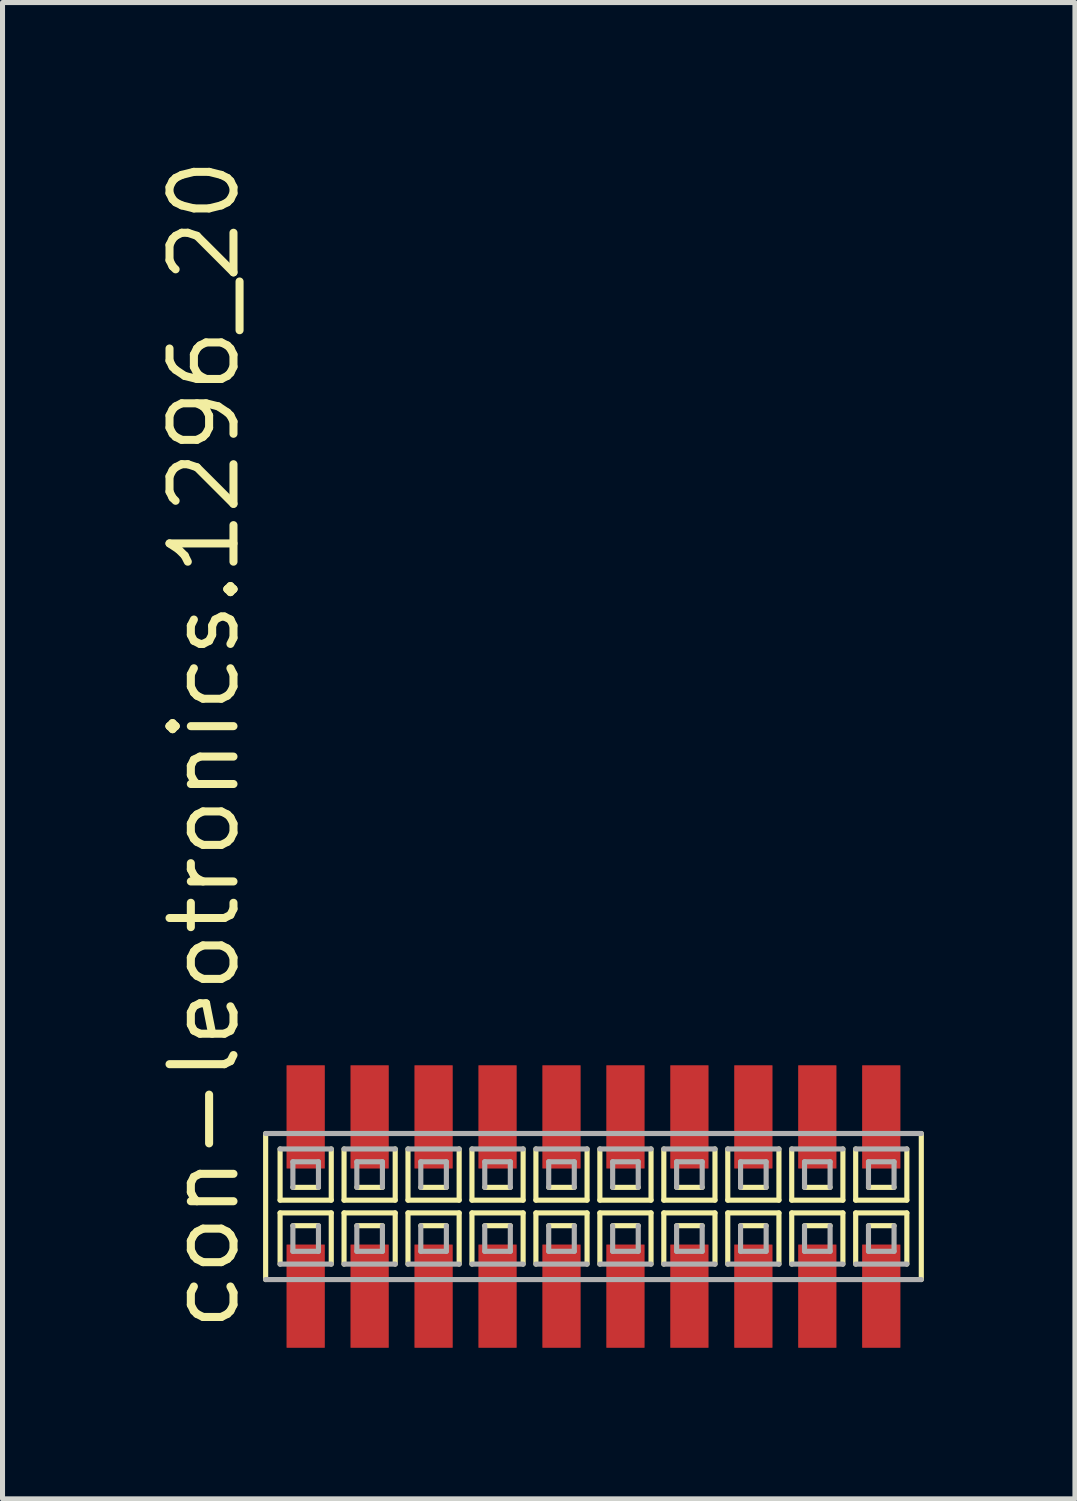
<source format=kicad_pcb>
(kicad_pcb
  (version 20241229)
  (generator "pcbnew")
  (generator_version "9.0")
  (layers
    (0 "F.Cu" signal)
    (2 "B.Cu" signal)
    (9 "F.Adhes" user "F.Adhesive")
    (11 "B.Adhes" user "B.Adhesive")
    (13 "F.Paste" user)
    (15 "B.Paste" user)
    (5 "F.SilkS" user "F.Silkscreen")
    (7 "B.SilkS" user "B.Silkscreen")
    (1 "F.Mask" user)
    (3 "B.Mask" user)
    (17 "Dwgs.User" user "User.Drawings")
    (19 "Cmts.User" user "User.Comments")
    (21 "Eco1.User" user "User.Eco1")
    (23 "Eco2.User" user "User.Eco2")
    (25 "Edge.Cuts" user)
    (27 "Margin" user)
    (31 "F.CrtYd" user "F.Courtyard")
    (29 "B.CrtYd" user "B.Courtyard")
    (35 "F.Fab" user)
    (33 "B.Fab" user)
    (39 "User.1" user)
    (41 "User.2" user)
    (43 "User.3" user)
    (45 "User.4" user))
  (footprint "con-leotronics.1296_20"
    (layer "F.Cu")
    (at 8.735 20.909)
    (property "Reference" "con-leotronics.1296_20" (at -6.985 2.54 90) (layer "F.SilkS") (effects (font (size 1.27 1.27) (thickness 0.16)) (justify left bottom)))
    (attr smd)
    (fp_line (start -6.51 -1.45) (end -6.51 1.45) (stroke (width 0.102) (type default)) (layer "F.SilkS"))
    (fp_line (start -6.223 -1.143) (end -6.223 -0.127) (stroke (width 0.102) (type default)) (layer "F.SilkS"))
    (fp_line (start -6.223 -0.127) (end -5.207 -0.127) (stroke (width 0.102) (type default)) (layer "F.SilkS"))
    (fp_line (start -6.223 0.127) (end -6.223 1.143) (stroke (width 0.102) (type default)) (layer "F.SilkS"))
    (fp_line (start -5.969 -0.381) (end -5.461 -0.381) (stroke (width 0.102) (type default)) (layer "F.SilkS"))
    (fp_line (start -5.461 0.381) (end -5.969 0.381) (stroke (width 0.102) (type default)) (layer "F.SilkS"))
    (fp_line (start -5.207 -0.127) (end -5.207 -1.143) (stroke (width 0.102) (type default)) (layer "F.SilkS"))
    (fp_line (start -5.207 0.127) (end -6.223 0.127) (stroke (width 0.102) (type default)) (layer "F.SilkS"))
    (fp_line (start -5.207 1.143) (end -5.207 0.127) (stroke (width 0.102) (type default)) (layer "F.SilkS"))
    (fp_line (start -4.953 -1.143) (end -4.953 -0.127) (stroke (width 0.102) (type default)) (layer "F.SilkS"))
    (fp_line (start -4.953 -0.127) (end -3.937 -0.127) (stroke (width 0.102) (type default)) (layer "F.SilkS"))
    (fp_line (start -4.953 0.127) (end -4.953 1.143) (stroke (width 0.102) (type default)) (layer "F.SilkS"))
    (fp_line (start -4.699 -0.381) (end -4.191 -0.381) (stroke (width 0.102) (type default)) (layer "F.SilkS"))
    (fp_line (start -4.191 0.381) (end -4.699 0.381) (stroke (width 0.102) (type default)) (layer "F.SilkS"))
    (fp_line (start -3.937 -0.127) (end -3.937 -1.143) (stroke (width 0.102) (type default)) (layer "F.SilkS"))
    (fp_line (start -3.937 0.127) (end -4.953 0.127) (stroke (width 0.102) (type default)) (layer "F.SilkS"))
    (fp_line (start -3.937 1.143) (end -3.937 0.127) (stroke (width 0.102) (type default)) (layer "F.SilkS"))
    (fp_line (start -3.683 -1.143) (end -3.683 -0.127) (stroke (width 0.102) (type default)) (layer "F.SilkS"))
    (fp_line (start -3.683 -0.127) (end -2.667 -0.127) (stroke (width 0.102) (type default)) (layer "F.SilkS"))
    (fp_line (start -3.683 0.127) (end -3.683 1.143) (stroke (width 0.102) (type default)) (layer "F.SilkS"))
    (fp_line (start -3.429 -0.381) (end -2.921 -0.381) (stroke (width 0.102) (type default)) (layer "F.SilkS"))
    (fp_line (start -2.921 0.381) (end -3.429 0.381) (stroke (width 0.102) (type default)) (layer "F.SilkS"))
    (fp_line (start -2.667 -0.127) (end -2.667 -1.143) (stroke (width 0.102) (type default)) (layer "F.SilkS"))
    (fp_line (start -2.667 0.127) (end -3.683 0.127) (stroke (width 0.102) (type default)) (layer "F.SilkS"))
    (fp_line (start -2.667 1.143) (end -2.667 0.127) (stroke (width 0.102) (type default)) (layer "F.SilkS"))
    (fp_line (start -2.413 -1.143) (end -2.413 -0.127) (stroke (width 0.102) (type default)) (layer "F.SilkS"))
    (fp_line (start -2.413 -0.127) (end -1.397 -0.127) (stroke (width 0.102) (type default)) (layer "F.SilkS"))
    (fp_line (start -2.413 0.127) (end -2.413 1.143) (stroke (width 0.102) (type default)) (layer "F.SilkS"))
    (fp_line (start -2.159 -0.381) (end -1.651 -0.381) (stroke (width 0.102) (type default)) (layer "F.SilkS"))
    (fp_line (start -1.651 0.381) (end -2.159 0.381) (stroke (width 0.102) (type default)) (layer "F.SilkS"))
    (fp_line (start -1.397 -0.127) (end -1.397 -1.143) (stroke (width 0.102) (type default)) (layer "F.SilkS"))
    (fp_line (start -1.397 0.127) (end -2.413 0.127) (stroke (width 0.102) (type default)) (layer "F.SilkS"))
    (fp_line (start -1.397 1.143) (end -1.397 0.127) (stroke (width 0.102) (type default)) (layer "F.SilkS"))
    (fp_line (start -1.143 -1.143) (end -1.143 -0.127) (stroke (width 0.102) (type default)) (layer "F.SilkS"))
    (fp_line (start -1.143 -0.127) (end -0.127 -0.127) (stroke (width 0.102) (type default)) (layer "F.SilkS"))
    (fp_line (start -1.143 0.127) (end -1.143 1.143) (stroke (width 0.102) (type default)) (layer "F.SilkS"))
    (fp_line (start -0.889 -0.381) (end -0.381 -0.381) (stroke (width 0.102) (type default)) (layer "F.SilkS"))
    (fp_line (start -0.381 0.381) (end -0.889 0.381) (stroke (width 0.102) (type default)) (layer "F.SilkS"))
    (fp_line (start -0.127 -0.127) (end -0.127 -1.143) (stroke (width 0.102) (type default)) (layer "F.SilkS"))
    (fp_line (start -0.127 0.127) (end -1.143 0.127) (stroke (width 0.102) (type default)) (layer "F.SilkS"))
    (fp_line (start -0.127 1.143) (end -0.127 0.127) (stroke (width 0.102) (type default)) (layer "F.SilkS"))
    (fp_line (start 0.127 -1.143) (end 0.127 -0.127) (stroke (width 0.102) (type default)) (layer "F.SilkS"))
    (fp_line (start 0.127 -0.127) (end 1.143 -0.127) (stroke (width 0.102) (type default)) (layer "F.SilkS"))
    (fp_line (start 0.127 0.127) (end 0.127 1.143) (stroke (width 0.102) (type default)) (layer "F.SilkS"))
    (fp_line (start 0.381 -0.381) (end 0.889 -0.381) (stroke (width 0.102) (type default)) (layer "F.SilkS"))
    (fp_line (start 0.889 0.381) (end 0.381 0.381) (stroke (width 0.102) (type default)) (layer "F.SilkS"))
    (fp_line (start 1.143 -0.127) (end 1.143 -1.143) (stroke (width 0.102) (type default)) (layer "F.SilkS"))
    (fp_line (start 1.143 0.127) (end 0.127 0.127) (stroke (width 0.102) (type default)) (layer "F.SilkS"))
    (fp_line (start 1.143 1.143) (end 1.143 0.127) (stroke (width 0.102) (type default)) (layer "F.SilkS"))
    (fp_line (start 1.397 -1.143) (end 1.397 -0.127) (stroke (width 0.102) (type default)) (layer "F.SilkS"))
    (fp_line (start 1.397 -0.127) (end 2.413 -0.127) (stroke (width 0.102) (type default)) (layer "F.SilkS"))
    (fp_line (start 1.397 0.127) (end 1.397 1.143) (stroke (width 0.102) (type default)) (layer "F.SilkS"))
    (fp_line (start 1.651 -0.381) (end 2.159 -0.381) (stroke (width 0.102) (type default)) (layer "F.SilkS"))
    (fp_line (start 2.159 0.381) (end 1.651 0.381) (stroke (width 0.102) (type default)) (layer "F.SilkS"))
    (fp_line (start 2.413 -0.127) (end 2.413 -1.143) (stroke (width 0.102) (type default)) (layer "F.SilkS"))
    (fp_line (start 2.413 0.127) (end 1.397 0.127) (stroke (width 0.102) (type default)) (layer "F.SilkS"))
    (fp_line (start 2.413 1.143) (end 2.413 0.127) (stroke (width 0.102) (type default)) (layer "F.SilkS"))
    (fp_line (start 2.667 -1.143) (end 2.667 -0.127) (stroke (width 0.102) (type default)) (layer "F.SilkS"))
    (fp_line (start 2.667 -0.127) (end 3.683 -0.127) (stroke (width 0.102) (type default)) (layer "F.SilkS"))
    (fp_line (start 2.667 0.127) (end 2.667 1.143) (stroke (width 0.102) (type default)) (layer "F.SilkS"))
    (fp_line (start 2.921 -0.381) (end 3.429 -0.381) (stroke (width 0.102) (type default)) (layer "F.SilkS"))
    (fp_line (start 3.429 0.381) (end 2.921 0.381) (stroke (width 0.102) (type default)) (layer "F.SilkS"))
    (fp_line (start 3.683 -0.127) (end 3.683 -1.143) (stroke (width 0.102) (type default)) (layer "F.SilkS"))
    (fp_line (start 3.683 0.127) (end 2.667 0.127) (stroke (width 0.102) (type default)) (layer "F.SilkS"))
    (fp_line (start 3.683 1.143) (end 3.683 0.127) (stroke (width 0.102) (type default)) (layer "F.SilkS"))
    (fp_line (start 3.937 -1.143) (end 3.937 -0.127) (stroke (width 0.102) (type default)) (layer "F.SilkS"))
    (fp_line (start 3.937 -0.127) (end 4.953 -0.127) (stroke (width 0.102) (type default)) (layer "F.SilkS"))
    (fp_line (start 3.937 0.127) (end 3.937 1.143) (stroke (width 0.102) (type default)) (layer "F.SilkS"))
    (fp_line (start 4.191 -0.381) (end 4.699 -0.381) (stroke (width 0.102) (type default)) (layer "F.SilkS"))
    (fp_line (start 4.699 0.381) (end 4.191 0.381) (stroke (width 0.102) (type default)) (layer "F.SilkS"))
    (fp_line (start 4.953 -0.127) (end 4.953 -1.143) (stroke (width 0.102) (type default)) (layer "F.SilkS"))
    (fp_line (start 4.953 0.127) (end 3.937 0.127) (stroke (width 0.102) (type default)) (layer "F.SilkS"))
    (fp_line (start 4.953 1.143) (end 4.953 0.127) (stroke (width 0.102) (type default)) (layer "F.SilkS"))
    (fp_line (start 5.207 -1.143) (end 5.207 -0.127) (stroke (width 0.102) (type default)) (layer "F.SilkS"))
    (fp_line (start 5.207 -0.127) (end 6.223 -0.127) (stroke (width 0.102) (type default)) (layer "F.SilkS"))
    (fp_line (start 5.207 0.127) (end 5.207 1.143) (stroke (width 0.102) (type default)) (layer "F.SilkS"))
    (fp_line (start 5.461 -0.381) (end 5.969 -0.381) (stroke (width 0.102) (type default)) (layer "F.SilkS"))
    (fp_line (start 5.969 0.381) (end 5.461 0.381) (stroke (width 0.102) (type default)) (layer "F.SilkS"))
    (fp_line (start 6.223 -0.127) (end 6.223 -1.143) (stroke (width 0.102) (type default)) (layer "F.SilkS"))
    (fp_line (start 6.223 0.127) (end 5.207 0.127) (stroke (width 0.102) (type default)) (layer "F.SilkS"))
    (fp_line (start 6.223 1.143) (end 6.223 0.127) (stroke (width 0.102) (type default)) (layer "F.SilkS"))
    (fp_line (start 6.51 1.45) (end 6.51 -1.45) (stroke (width 0.102) (type default)) (layer "F.SilkS"))
    (fp_line (start -6.51 1.45) (end 6.51 1.45) (stroke (width 0.102) (type default)) (layer "F.Fab"))
    (fp_line (start -6.223 1.143) (end -5.207 1.143) (stroke (width 0.102) (type default)) (layer "F.Fab"))
    (fp_line (start -5.969 -0.889) (end -5.969 -0.381) (stroke (width 0.102) (type default)) (layer "F.Fab"))
    (fp_line (start -5.969 0.381) (end -5.969 0.889) (stroke (width 0.102) (type default)) (layer "F.Fab"))
    (fp_line (start -5.969 0.889) (end -5.461 0.889) (stroke (width 0.102) (type default)) (layer "F.Fab"))
    (fp_line (start -5.461 -0.889) (end -5.969 -0.889) (stroke (width 0.102) (type default)) (layer "F.Fab"))
    (fp_line (start -5.461 -0.381) (end -5.461 -0.889) (stroke (width 0.102) (type default)) (layer "F.Fab"))
    (fp_line (start -5.461 0.889) (end -5.461 0.381) (stroke (width 0.102) (type default)) (layer "F.Fab"))
    (fp_line (start -5.207 -1.143) (end -6.223 -1.143) (stroke (width 0.102) (type default)) (layer "F.Fab"))
    (fp_line (start -4.953 1.143) (end -3.937 1.143) (stroke (width 0.102) (type default)) (layer "F.Fab"))
    (fp_line (start -4.699 -0.889) (end -4.699 -0.381) (stroke (width 0.102) (type default)) (layer "F.Fab"))
    (fp_line (start -4.699 0.381) (end -4.699 0.889) (stroke (width 0.102) (type default)) (layer "F.Fab"))
    (fp_line (start -4.699 0.889) (end -4.191 0.889) (stroke (width 0.102) (type default)) (layer "F.Fab"))
    (fp_line (start -4.191 -0.889) (end -4.699 -0.889) (stroke (width 0.102) (type default)) (layer "F.Fab"))
    (fp_line (start -4.191 -0.381) (end -4.191 -0.889) (stroke (width 0.102) (type default)) (layer "F.Fab"))
    (fp_line (start -4.191 0.889) (end -4.191 0.381) (stroke (width 0.102) (type default)) (layer "F.Fab"))
    (fp_line (start -3.937 -1.143) (end -4.953 -1.143) (stroke (width 0.102) (type default)) (layer "F.Fab"))
    (fp_line (start -3.683 1.143) (end -2.667 1.143) (stroke (width 0.102) (type default)) (layer "F.Fab"))
    (fp_line (start -3.429 -0.889) (end -3.429 -0.381) (stroke (width 0.102) (type default)) (layer "F.Fab"))
    (fp_line (start -3.429 0.381) (end -3.429 0.889) (stroke (width 0.102) (type default)) (layer "F.Fab"))
    (fp_line (start -3.429 0.889) (end -2.921 0.889) (stroke (width 0.102) (type default)) (layer "F.Fab"))
    (fp_line (start -2.921 -0.889) (end -3.429 -0.889) (stroke (width 0.102) (type default)) (layer "F.Fab"))
    (fp_line (start -2.921 -0.381) (end -2.921 -0.889) (stroke (width 0.102) (type default)) (layer "F.Fab"))
    (fp_line (start -2.921 0.889) (end -2.921 0.381) (stroke (width 0.102) (type default)) (layer "F.Fab"))
    (fp_line (start -2.667 -1.143) (end -3.683 -1.143) (stroke (width 0.102) (type default)) (layer "F.Fab"))
    (fp_line (start -2.413 1.143) (end -1.397 1.143) (stroke (width 0.102) (type default)) (layer "F.Fab"))
    (fp_line (start -2.159 -0.889) (end -2.159 -0.381) (stroke (width 0.102) (type default)) (layer "F.Fab"))
    (fp_line (start -2.159 0.381) (end -2.159 0.889) (stroke (width 0.102) (type default)) (layer "F.Fab"))
    (fp_line (start -2.159 0.889) (end -1.651 0.889) (stroke (width 0.102) (type default)) (layer "F.Fab"))
    (fp_line (start -1.651 -0.889) (end -2.159 -0.889) (stroke (width 0.102) (type default)) (layer "F.Fab"))
    (fp_line (start -1.651 -0.381) (end -1.651 -0.889) (stroke (width 0.102) (type default)) (layer "F.Fab"))
    (fp_line (start -1.651 0.889) (end -1.651 0.381) (stroke (width 0.102) (type default)) (layer "F.Fab"))
    (fp_line (start -1.397 -1.143) (end -2.413 -1.143) (stroke (width 0.102) (type default)) (layer "F.Fab"))
    (fp_line (start -1.143 1.143) (end -0.127 1.143) (stroke (width 0.102) (type default)) (layer "F.Fab"))
    (fp_line (start -0.889 -0.889) (end -0.889 -0.381) (stroke (width 0.102) (type default)) (layer "F.Fab"))
    (fp_line (start -0.889 0.381) (end -0.889 0.889) (stroke (width 0.102) (type default)) (layer "F.Fab"))
    (fp_line (start -0.889 0.889) (end -0.381 0.889) (stroke (width 0.102) (type default)) (layer "F.Fab"))
    (fp_line (start -0.381 -0.889) (end -0.889 -0.889) (stroke (width 0.102) (type default)) (layer "F.Fab"))
    (fp_line (start -0.381 -0.381) (end -0.381 -0.889) (stroke (width 0.102) (type default)) (layer "F.Fab"))
    (fp_line (start -0.381 0.889) (end -0.381 0.381) (stroke (width 0.102) (type default)) (layer "F.Fab"))
    (fp_line (start -0.127 -1.143) (end -1.143 -1.143) (stroke (width 0.102) (type default)) (layer "F.Fab"))
    (fp_line (start 0.127 1.143) (end 1.143 1.143) (stroke (width 0.102) (type default)) (layer "F.Fab"))
    (fp_line (start 0.381 -0.889) (end 0.381 -0.381) (stroke (width 0.102) (type default)) (layer "F.Fab"))
    (fp_line (start 0.381 0.381) (end 0.381 0.889) (stroke (width 0.102) (type default)) (layer "F.Fab"))
    (fp_line (start 0.381 0.889) (end 0.889 0.889) (stroke (width 0.102) (type default)) (layer "F.Fab"))
    (fp_line (start 0.889 -0.889) (end 0.381 -0.889) (stroke (width 0.102) (type default)) (layer "F.Fab"))
    (fp_line (start 0.889 -0.381) (end 0.889 -0.889) (stroke (width 0.102) (type default)) (layer "F.Fab"))
    (fp_line (start 0.889 0.889) (end 0.889 0.381) (stroke (width 0.102) (type default)) (layer "F.Fab"))
    (fp_line (start 1.143 -1.143) (end 0.127 -1.143) (stroke (width 0.102) (type default)) (layer "F.Fab"))
    (fp_line (start 1.397 1.143) (end 2.413 1.143) (stroke (width 0.102) (type default)) (layer "F.Fab"))
    (fp_line (start 1.651 -0.889) (end 1.651 -0.381) (stroke (width 0.102) (type default)) (layer "F.Fab"))
    (fp_line (start 1.651 0.381) (end 1.651 0.889) (stroke (width 0.102) (type default)) (layer "F.Fab"))
    (fp_line (start 1.651 0.889) (end 2.159 0.889) (stroke (width 0.102) (type default)) (layer "F.Fab"))
    (fp_line (start 2.159 -0.889) (end 1.651 -0.889) (stroke (width 0.102) (type default)) (layer "F.Fab"))
    (fp_line (start 2.159 -0.381) (end 2.159 -0.889) (stroke (width 0.102) (type default)) (layer "F.Fab"))
    (fp_line (start 2.159 0.889) (end 2.159 0.381) (stroke (width 0.102) (type default)) (layer "F.Fab"))
    (fp_line (start 2.413 -1.143) (end 1.397 -1.143) (stroke (width 0.102) (type default)) (layer "F.Fab"))
    (fp_line (start 2.667 1.143) (end 3.683 1.143) (stroke (width 0.102) (type default)) (layer "F.Fab"))
    (fp_line (start 2.921 -0.889) (end 2.921 -0.381) (stroke (width 0.102) (type default)) (layer "F.Fab"))
    (fp_line (start 2.921 0.381) (end 2.921 0.889) (stroke (width 0.102) (type default)) (layer "F.Fab"))
    (fp_line (start 2.921 0.889) (end 3.429 0.889) (stroke (width 0.102) (type default)) (layer "F.Fab"))
    (fp_line (start 3.429 -0.889) (end 2.921 -0.889) (stroke (width 0.102) (type default)) (layer "F.Fab"))
    (fp_line (start 3.429 -0.381) (end 3.429 -0.889) (stroke (width 0.102) (type default)) (layer "F.Fab"))
    (fp_line (start 3.429 0.889) (end 3.429 0.381) (stroke (width 0.102) (type default)) (layer "F.Fab"))
    (fp_line (start 3.683 -1.143) (end 2.667 -1.143) (stroke (width 0.102) (type default)) (layer "F.Fab"))
    (fp_line (start 3.937 1.143) (end 4.953 1.143) (stroke (width 0.102) (type default)) (layer "F.Fab"))
    (fp_line (start 4.191 -0.889) (end 4.191 -0.381) (stroke (width 0.102) (type default)) (layer "F.Fab"))
    (fp_line (start 4.191 0.381) (end 4.191 0.889) (stroke (width 0.102) (type default)) (layer "F.Fab"))
    (fp_line (start 4.191 0.889) (end 4.699 0.889) (stroke (width 0.102) (type default)) (layer "F.Fab"))
    (fp_line (start 4.699 -0.889) (end 4.191 -0.889) (stroke (width 0.102) (type default)) (layer "F.Fab"))
    (fp_line (start 4.699 -0.381) (end 4.699 -0.889) (stroke (width 0.102) (type default)) (layer "F.Fab"))
    (fp_line (start 4.699 0.889) (end 4.699 0.381) (stroke (width 0.102) (type default)) (layer "F.Fab"))
    (fp_line (start 4.953 -1.143) (end 3.937 -1.143) (stroke (width 0.102) (type default)) (layer "F.Fab"))
    (fp_line (start 5.207 1.143) (end 6.223 1.143) (stroke (width 0.102) (type default)) (layer "F.Fab"))
    (fp_line (start 5.461 -0.889) (end 5.461 -0.381) (stroke (width 0.102) (type default)) (layer "F.Fab"))
    (fp_line (start 5.461 0.381) (end 5.461 0.889) (stroke (width 0.102) (type default)) (layer "F.Fab"))
    (fp_line (start 5.461 0.889) (end 5.969 0.889) (stroke (width 0.102) (type default)) (layer "F.Fab"))
    (fp_line (start 5.969 -0.889) (end 5.461 -0.889) (stroke (width 0.102) (type default)) (layer "F.Fab"))
    (fp_line (start 5.969 -0.381) (end 5.969 -0.889) (stroke (width 0.102) (type default)) (layer "F.Fab"))
    (fp_line (start 5.969 0.889) (end 5.969 0.381) (stroke (width 0.102) (type default)) (layer "F.Fab"))
    (fp_line (start 6.223 -1.143) (end 5.207 -1.143) (stroke (width 0.102) (type default)) (layer "F.Fab"))
    (fp_line (start 6.51 -1.45) (end -6.51 -1.45) (stroke (width 0.102) (type default)) (layer "F.Fab"))
    (pad "1" smd roundrect (at -5.715 1.78) (size 0.76 2.05) (layers "F.Cu" "F.Mask" "F.Paste") (roundrect_rratio 0.01))
    (pad "2" smd roundrect (at -5.715 -1.78) (size 0.76 2.05) (layers "F.Cu" "F.Mask" "F.Paste") (roundrect_rratio 0.01))
    (pad "3" smd roundrect (at -4.445 1.78) (size 0.76 2.05) (layers "F.Cu" "F.Mask" "F.Paste") (roundrect_rratio 0.01))
    (pad "4" smd roundrect (at -4.445 -1.78) (size 0.76 2.05) (layers "F.Cu" "F.Mask" "F.Paste") (roundrect_rratio 0.01))
    (pad "5" smd roundrect (at -3.175 1.78) (size 0.76 2.05) (layers "F.Cu" "F.Mask" "F.Paste") (roundrect_rratio 0.01))
    (pad "6" smd roundrect (at -3.175 -1.78) (size 0.76 2.05) (layers "F.Cu" "F.Mask" "F.Paste") (roundrect_rratio 0.01))
    (pad "7" smd roundrect (at -1.905 1.78) (size 0.76 2.05) (layers "F.Cu" "F.Mask" "F.Paste") (roundrect_rratio 0.01))
    (pad "8" smd roundrect (at -1.905 -1.78) (size 0.76 2.05) (layers "F.Cu" "F.Mask" "F.Paste") (roundrect_rratio 0.01))
    (pad "9" smd roundrect (at -0.635 1.78) (size 0.76 2.05) (layers "F.Cu" "F.Mask" "F.Paste") (roundrect_rratio 0.01))
    (pad "10" smd roundrect (at -0.635 -1.78) (size 0.76 2.05) (layers "F.Cu" "F.Mask" "F.Paste") (roundrect_rratio 0.01))
    (pad "11" smd roundrect (at 0.635 1.78) (size 0.76 2.05) (layers "F.Cu" "F.Mask" "F.Paste") (roundrect_rratio 0.01))
    (pad "12" smd roundrect (at 0.635 -1.78) (size 0.76 2.05) (layers "F.Cu" "F.Mask" "F.Paste") (roundrect_rratio 0.01))
    (pad "13" smd roundrect (at 1.905 1.78) (size 0.76 2.05) (layers "F.Cu" "F.Mask" "F.Paste") (roundrect_rratio 0.01))
    (pad "14" smd roundrect (at 1.905 -1.78) (size 0.76 2.05) (layers "F.Cu" "F.Mask" "F.Paste") (roundrect_rratio 0.01))
    (pad "15" smd roundrect (at 3.175 1.78) (size 0.76 2.05) (layers "F.Cu" "F.Mask" "F.Paste") (roundrect_rratio 0.01))
    (pad "16" smd roundrect (at 3.175 -1.78) (size 0.76 2.05) (layers "F.Cu" "F.Mask" "F.Paste") (roundrect_rratio 0.01))
    (pad "17" smd roundrect (at 4.445 1.78) (size 0.76 2.05) (layers "F.Cu" "F.Mask" "F.Paste") (roundrect_rratio 0.01))
    (pad "18" smd roundrect (at 4.445 -1.78) (size 0.76 2.05) (layers "F.Cu" "F.Mask" "F.Paste") (roundrect_rratio 0.01))
    (pad "19" smd roundrect (at 5.715 1.78) (size 0.76 2.05) (layers "F.Cu" "F.Mask" "F.Paste") (roundrect_rratio 0.01))
    (pad "20" smd roundrect (at 5.715 -1.78) (size 0.76 2.05) (layers "F.Cu" "F.Mask" "F.Paste") (roundrect_rratio 0.01)))
  (gr_rect
    (start -3 -3)
    (end 18.296 26.714)
    (stroke (width 0.1) (type default))
    (fill no)
    (layer "Edge.Cuts")))
</source>
